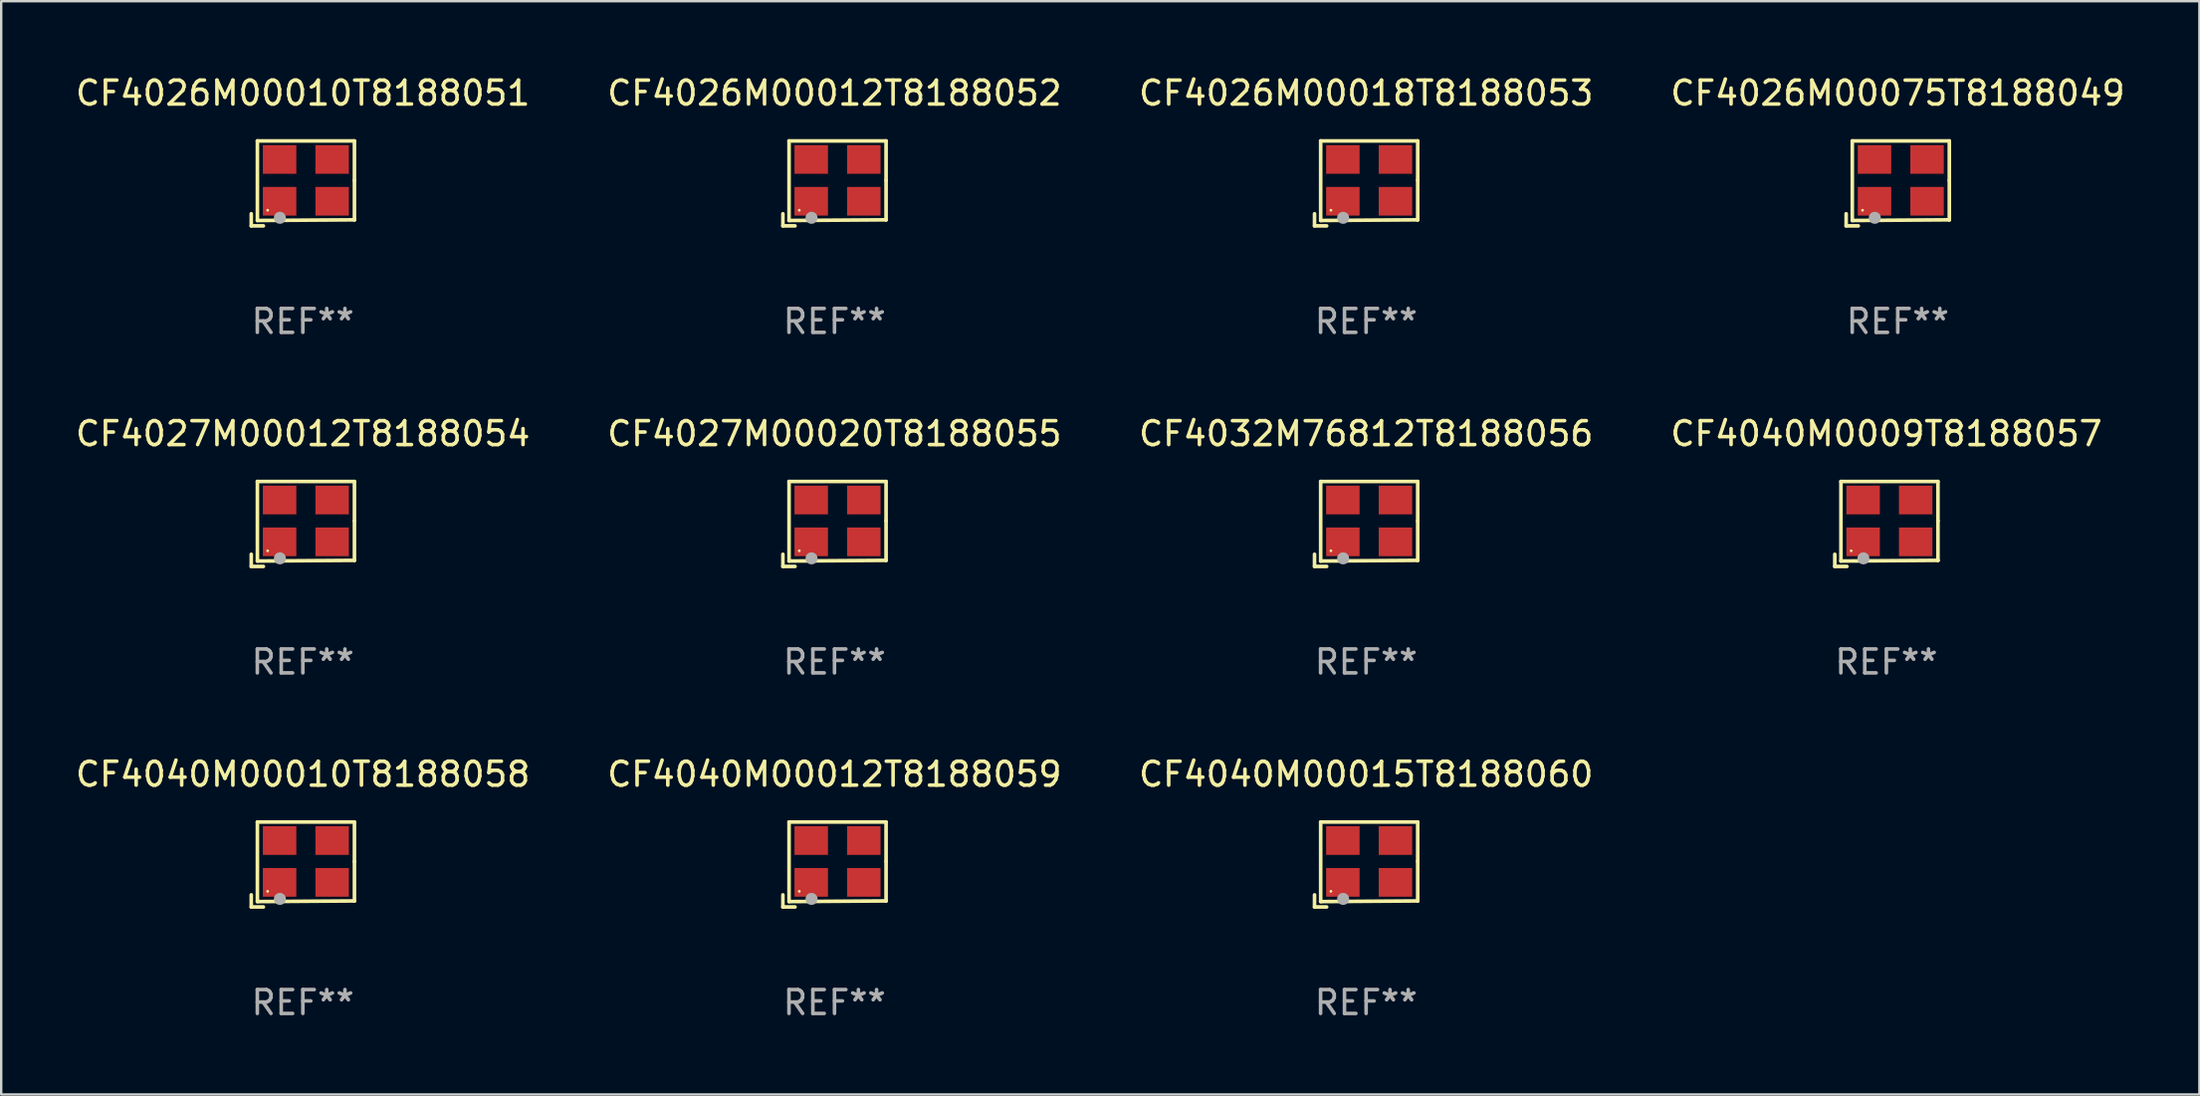
<source format=kicad_pcb>
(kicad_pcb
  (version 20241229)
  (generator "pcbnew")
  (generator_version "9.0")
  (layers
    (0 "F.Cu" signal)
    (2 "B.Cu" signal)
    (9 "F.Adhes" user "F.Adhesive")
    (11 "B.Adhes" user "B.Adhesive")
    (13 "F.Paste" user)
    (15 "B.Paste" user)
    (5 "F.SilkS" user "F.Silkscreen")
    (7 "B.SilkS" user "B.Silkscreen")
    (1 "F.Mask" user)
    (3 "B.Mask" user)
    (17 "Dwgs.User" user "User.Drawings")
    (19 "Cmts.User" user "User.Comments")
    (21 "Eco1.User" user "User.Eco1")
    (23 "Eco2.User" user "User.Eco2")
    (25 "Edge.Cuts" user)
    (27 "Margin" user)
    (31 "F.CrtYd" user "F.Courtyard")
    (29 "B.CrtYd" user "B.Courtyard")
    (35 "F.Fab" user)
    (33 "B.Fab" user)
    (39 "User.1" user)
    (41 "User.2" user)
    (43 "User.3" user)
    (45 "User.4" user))
  (footprint "CF4026M00012T8188052"
    (layer "F.Cu")
    (at 31.875 4.626)
    (property "Reference" "CF4026M00012T8188052" (at 0 -3.778 0) (layer "F.SilkS") (effects (font (size 1 1) (thickness 0.15))))
    (attr through_hole)
    (fp_line (start -2.159 1.27) (end -2.159 1.778) (stroke (width 0.152) (type solid)) (layer "F.SilkS"))
    (fp_line (start -2.159 1.778) (end -1.651 1.778) (stroke (width 0.152) (type solid)) (layer "F.SilkS"))
    (fp_line (start -1.902 -1.778) (end 2.159 -1.778) (stroke (width 0.152) (type solid)) (layer "F.SilkS"))
    (fp_line (start -1.902 1.552) (end -1.902 -1.778) (stroke (width 0.152) (type solid)) (layer "F.SilkS"))
    (fp_line (start 2.159 -1.778) (end 2.159 -0.127) (stroke (width 0.152) (type solid)) (layer "F.SilkS"))
    (fp_line (start 2.159 -0.127) (end 2.159 1.524) (stroke (width 0.152) (type solid)) (layer "F.SilkS"))
    (fp_line (start 2.159 1.524) (end -1.902 1.552) (stroke (width 0.152) (type solid)) (layer "F.SilkS"))
    (fp_line (start 2.159 1.524) (end 2.159 1.524) (stroke (width 0.152) (type solid)) (layer "F.SilkS"))
    (fp_circle (center -1.473 1.123) (end -1.443 1.123) (stroke (width 0.06) (type solid)) (fill no) (layer "F.SilkS"))
    (fp_circle (center -0.961 1.44) (end -0.834 1.44) (stroke (width 0.254) (type solid)) (fill no) (layer "F.Fab"))
    (fp_text user "REF**" (at 0 5.778 0) (layer "F.Fab") (effects (font (size 1 1) (thickness 0.15))))
    (pad "1" smd rect (at -0.973 0.748) (size 1.4 1.2) (layers "F.Cu" "F.Mask" "F.Paste"))
    (pad "2" smd rect (at 1.227 0.748) (size 1.4 1.2) (layers "F.Cu" "F.Mask" "F.Paste"))
    (pad "3" smd rect (at 1.227 -1.002) (size 1.4 1.2) (layers "F.Cu" "F.Mask" "F.Paste"))
    (pad "4" smd rect (at -0.973 -1.002) (size 1.4 1.2) (layers "F.Cu" "F.Mask" "F.Paste")))
  (footprint "CF4026M00010T8188051"
    (layer "F.Cu")
    (at 9.625 4.626)
    (property "Reference" "CF4026M00010T8188051" (at 0 -3.778 0) (layer "F.SilkS") (effects (font (size 1 1) (thickness 0.15))))
    (attr through_hole)
    (fp_line (start -2.159 1.27) (end -2.159 1.778) (stroke (width 0.152) (type solid)) (layer "F.SilkS"))
    (fp_line (start -2.159 1.778) (end -1.651 1.778) (stroke (width 0.152) (type solid)) (layer "F.SilkS"))
    (fp_line (start -1.902 -1.778) (end 2.159 -1.778) (stroke (width 0.152) (type solid)) (layer "F.SilkS"))
    (fp_line (start -1.902 1.552) (end -1.902 -1.778) (stroke (width 0.152) (type solid)) (layer "F.SilkS"))
    (fp_line (start 2.159 -1.778) (end 2.159 -0.127) (stroke (width 0.152) (type solid)) (layer "F.SilkS"))
    (fp_line (start 2.159 -0.127) (end 2.159 1.524) (stroke (width 0.152) (type solid)) (layer "F.SilkS"))
    (fp_line (start 2.159 1.524) (end -1.902 1.552) (stroke (width 0.152) (type solid)) (layer "F.SilkS"))
    (fp_line (start 2.159 1.524) (end 2.159 1.524) (stroke (width 0.152) (type solid)) (layer "F.SilkS"))
    (fp_circle (center -1.473 1.123) (end -1.443 1.123) (stroke (width 0.06) (type solid)) (fill no) (layer "F.SilkS"))
    (fp_circle (center -0.961 1.44) (end -0.834 1.44) (stroke (width 0.254) (type solid)) (fill no) (layer "F.Fab"))
    (fp_text user "REF**" (at 0 5.778 0) (layer "F.Fab") (effects (font (size 1 1) (thickness 0.15))))
    (pad "1" smd rect (at -0.973 0.748) (size 1.4 1.2) (layers "F.Cu" "F.Mask" "F.Paste"))
    (pad "2" smd rect (at 1.227 0.748) (size 1.4 1.2) (layers "F.Cu" "F.Mask" "F.Paste"))
    (pad "3" smd rect (at 1.227 -1.002) (size 1.4 1.2) (layers "F.Cu" "F.Mask" "F.Paste"))
    (pad "4" smd rect (at -0.973 -1.002) (size 1.4 1.2) (layers "F.Cu" "F.Mask" "F.Paste")))
  (footprint "CF4040M00015T8188060"
    (layer "F.Cu")
    (at 54.125 33.132)
    (property "Reference" "CF4040M00015T8188060" (at 0 -3.778 0) (layer "F.SilkS") (effects (font (size 1 1) (thickness 0.15))))
    (attr through_hole)
    (fp_line (start -2.159 1.27) (end -2.159 1.778) (stroke (width 0.152) (type solid)) (layer "F.SilkS"))
    (fp_line (start -2.159 1.778) (end -1.651 1.778) (stroke (width 0.152) (type solid)) (layer "F.SilkS"))
    (fp_line (start -1.902 -1.778) (end 2.159 -1.778) (stroke (width 0.152) (type solid)) (layer "F.SilkS"))
    (fp_line (start -1.902 1.552) (end -1.902 -1.778) (stroke (width 0.152) (type solid)) (layer "F.SilkS"))
    (fp_line (start 2.159 -1.778) (end 2.159 -0.127) (stroke (width 0.152) (type solid)) (layer "F.SilkS"))
    (fp_line (start 2.159 -0.127) (end 2.159 1.524) (stroke (width 0.152) (type solid)) (layer "F.SilkS"))
    (fp_line (start 2.159 1.524) (end -1.902 1.552) (stroke (width 0.152) (type solid)) (layer "F.SilkS"))
    (fp_line (start 2.159 1.524) (end 2.159 1.524) (stroke (width 0.152) (type solid)) (layer "F.SilkS"))
    (fp_circle (center -1.473 1.123) (end -1.443 1.123) (stroke (width 0.06) (type solid)) (fill no) (layer "F.SilkS"))
    (fp_circle (center -0.961 1.44) (end -0.834 1.44) (stroke (width 0.254) (type solid)) (fill no) (layer "F.Fab"))
    (fp_text user "REF**" (at 0 5.778 0) (layer "F.Fab") (effects (font (size 1 1) (thickness 0.15))))
    (pad "1" smd rect (at -0.973 0.748) (size 1.4 1.2) (layers "F.Cu" "F.Mask" "F.Paste"))
    (pad "2" smd rect (at 1.227 0.748) (size 1.4 1.2) (layers "F.Cu" "F.Mask" "F.Paste"))
    (pad "3" smd rect (at 1.227 -1.002) (size 1.4 1.2) (layers "F.Cu" "F.Mask" "F.Paste"))
    (pad "4" smd rect (at -0.973 -1.002) (size 1.4 1.2) (layers "F.Cu" "F.Mask" "F.Paste")))
  (footprint "CF4026M00075T8188049"
    (layer "F.Cu")
    (at 76.375 4.626)
    (property "Reference" "CF4026M00075T8188049" (at 0 -3.778 0) (layer "F.SilkS") (effects (font (size 1 1) (thickness 0.15))))
    (attr through_hole)
    (fp_line (start -2.159 1.27) (end -2.159 1.778) (stroke (width 0.152) (type solid)) (layer "F.SilkS"))
    (fp_line (start -2.159 1.778) (end -1.651 1.778) (stroke (width 0.152) (type solid)) (layer "F.SilkS"))
    (fp_line (start -1.902 -1.778) (end 2.159 -1.778) (stroke (width 0.152) (type solid)) (layer "F.SilkS"))
    (fp_line (start -1.902 1.552) (end -1.902 -1.778) (stroke (width 0.152) (type solid)) (layer "F.SilkS"))
    (fp_line (start 2.159 -1.778) (end 2.159 -0.127) (stroke (width 0.152) (type solid)) (layer "F.SilkS"))
    (fp_line (start 2.159 -0.127) (end 2.159 1.524) (stroke (width 0.152) (type solid)) (layer "F.SilkS"))
    (fp_line (start 2.159 1.524) (end -1.902 1.552) (stroke (width 0.152) (type solid)) (layer "F.SilkS"))
    (fp_line (start 2.159 1.524) (end 2.159 1.524) (stroke (width 0.152) (type solid)) (layer "F.SilkS"))
    (fp_circle (center -1.473 1.123) (end -1.443 1.123) (stroke (width 0.06) (type solid)) (fill no) (layer "F.SilkS"))
    (fp_circle (center -0.961 1.44) (end -0.834 1.44) (stroke (width 0.254) (type solid)) (fill no) (layer "F.Fab"))
    (fp_text user "REF**" (at 0 5.778 0) (layer "F.Fab") (effects (font (size 1 1) (thickness 0.15))))
    (pad "1" smd rect (at -0.973 0.748) (size 1.4 1.2) (layers "F.Cu" "F.Mask" "F.Paste"))
    (pad "2" smd rect (at 1.227 0.748) (size 1.4 1.2) (layers "F.Cu" "F.Mask" "F.Paste"))
    (pad "3" smd rect (at 1.227 -1.002) (size 1.4 1.2) (layers "F.Cu" "F.Mask" "F.Paste"))
    (pad "4" smd rect (at -0.973 -1.002) (size 1.4 1.2) (layers "F.Cu" "F.Mask" "F.Paste")))
  (footprint "CF4032M76812T8188056"
    (layer "F.Cu")
    (at 54.125 18.879)
    (property "Reference" "CF4032M76812T8188056" (at 0 -3.778 0) (layer "F.SilkS") (effects (font (size 1 1) (thickness 0.15))))
    (attr through_hole)
    (fp_line (start -2.159 1.27) (end -2.159 1.778) (stroke (width 0.152) (type solid)) (layer "F.SilkS"))
    (fp_line (start -2.159 1.778) (end -1.651 1.778) (stroke (width 0.152) (type solid)) (layer "F.SilkS"))
    (fp_line (start -1.902 -1.778) (end 2.159 -1.778) (stroke (width 0.152) (type solid)) (layer "F.SilkS"))
    (fp_line (start -1.902 1.552) (end -1.902 -1.778) (stroke (width 0.152) (type solid)) (layer "F.SilkS"))
    (fp_line (start 2.159 -1.778) (end 2.159 -0.127) (stroke (width 0.152) (type solid)) (layer "F.SilkS"))
    (fp_line (start 2.159 -0.127) (end 2.159 1.524) (stroke (width 0.152) (type solid)) (layer "F.SilkS"))
    (fp_line (start 2.159 1.524) (end -1.902 1.552) (stroke (width 0.152) (type solid)) (layer "F.SilkS"))
    (fp_line (start 2.159 1.524) (end 2.159 1.524) (stroke (width 0.152) (type solid)) (layer "F.SilkS"))
    (fp_circle (center -1.473 1.123) (end -1.443 1.123) (stroke (width 0.06) (type solid)) (fill no) (layer "F.SilkS"))
    (fp_circle (center -0.961 1.44) (end -0.834 1.44) (stroke (width 0.254) (type solid)) (fill no) (layer "F.Fab"))
    (fp_text user "REF**" (at 0 5.778 0) (layer "F.Fab") (effects (font (size 1 1) (thickness 0.15))))
    (pad "1" smd rect (at -0.973 0.748) (size 1.4 1.2) (layers "F.Cu" "F.Mask" "F.Paste"))
    (pad "2" smd rect (at 1.227 0.748) (size 1.4 1.2) (layers "F.Cu" "F.Mask" "F.Paste"))
    (pad "3" smd rect (at 1.227 -1.002) (size 1.4 1.2) (layers "F.Cu" "F.Mask" "F.Paste"))
    (pad "4" smd rect (at -0.973 -1.002) (size 1.4 1.2) (layers "F.Cu" "F.Mask" "F.Paste")))
  (footprint "CF4027M00020T8188055"
    (layer "F.Cu")
    (at 31.875 18.879)
    (property "Reference" "CF4027M00020T8188055" (at 0 -3.778 0) (layer "F.SilkS") (effects (font (size 1 1) (thickness 0.15))))
    (attr through_hole)
    (fp_line (start -2.159 1.27) (end -2.159 1.778) (stroke (width 0.152) (type solid)) (layer "F.SilkS"))
    (fp_line (start -2.159 1.778) (end -1.651 1.778) (stroke (width 0.152) (type solid)) (layer "F.SilkS"))
    (fp_line (start -1.902 -1.778) (end 2.159 -1.778) (stroke (width 0.152) (type solid)) (layer "F.SilkS"))
    (fp_line (start -1.902 1.552) (end -1.902 -1.778) (stroke (width 0.152) (type solid)) (layer "F.SilkS"))
    (fp_line (start 2.159 -1.778) (end 2.159 -0.127) (stroke (width 0.152) (type solid)) (layer "F.SilkS"))
    (fp_line (start 2.159 -0.127) (end 2.159 1.524) (stroke (width 0.152) (type solid)) (layer "F.SilkS"))
    (fp_line (start 2.159 1.524) (end -1.902 1.552) (stroke (width 0.152) (type solid)) (layer "F.SilkS"))
    (fp_line (start 2.159 1.524) (end 2.159 1.524) (stroke (width 0.152) (type solid)) (layer "F.SilkS"))
    (fp_circle (center -1.473 1.123) (end -1.443 1.123) (stroke (width 0.06) (type solid)) (fill no) (layer "F.SilkS"))
    (fp_circle (center -0.961 1.44) (end -0.834 1.44) (stroke (width 0.254) (type solid)) (fill no) (layer "F.Fab"))
    (fp_text user "REF**" (at 0 5.778 0) (layer "F.Fab") (effects (font (size 1 1) (thickness 0.15))))
    (pad "1" smd rect (at -0.973 0.748) (size 1.4 1.2) (layers "F.Cu" "F.Mask" "F.Paste"))
    (pad "2" smd rect (at 1.227 0.748) (size 1.4 1.2) (layers "F.Cu" "F.Mask" "F.Paste"))
    (pad "3" smd rect (at 1.227 -1.002) (size 1.4 1.2) (layers "F.Cu" "F.Mask" "F.Paste"))
    (pad "4" smd rect (at -0.973 -1.002) (size 1.4 1.2) (layers "F.Cu" "F.Mask" "F.Paste")))
  (footprint "CF4040M00012T8188059"
    (layer "F.Cu")
    (at 31.875 33.132)
    (property "Reference" "CF4040M00012T8188059" (at 0 -3.778 0) (layer "F.SilkS") (effects (font (size 1 1) (thickness 0.15))))
    (attr through_hole)
    (fp_line (start -2.159 1.27) (end -2.159 1.778) (stroke (width 0.152) (type solid)) (layer "F.SilkS"))
    (fp_line (start -2.159 1.778) (end -1.651 1.778) (stroke (width 0.152) (type solid)) (layer "F.SilkS"))
    (fp_line (start -1.902 -1.778) (end 2.159 -1.778) (stroke (width 0.152) (type solid)) (layer "F.SilkS"))
    (fp_line (start -1.902 1.552) (end -1.902 -1.778) (stroke (width 0.152) (type solid)) (layer "F.SilkS"))
    (fp_line (start 2.159 -1.778) (end 2.159 -0.127) (stroke (width 0.152) (type solid)) (layer "F.SilkS"))
    (fp_line (start 2.159 -0.127) (end 2.159 1.524) (stroke (width 0.152) (type solid)) (layer "F.SilkS"))
    (fp_line (start 2.159 1.524) (end -1.902 1.552) (stroke (width 0.152) (type solid)) (layer "F.SilkS"))
    (fp_line (start 2.159 1.524) (end 2.159 1.524) (stroke (width 0.152) (type solid)) (layer "F.SilkS"))
    (fp_circle (center -1.473 1.123) (end -1.443 1.123) (stroke (width 0.06) (type solid)) (fill no) (layer "F.SilkS"))
    (fp_circle (center -0.961 1.44) (end -0.834 1.44) (stroke (width 0.254) (type solid)) (fill no) (layer "F.Fab"))
    (fp_text user "REF**" (at 0 5.778 0) (layer "F.Fab") (effects (font (size 1 1) (thickness 0.15))))
    (pad "1" smd rect (at -0.973 0.748) (size 1.4 1.2) (layers "F.Cu" "F.Mask" "F.Paste"))
    (pad "2" smd rect (at 1.227 0.748) (size 1.4 1.2) (layers "F.Cu" "F.Mask" "F.Paste"))
    (pad "3" smd rect (at 1.227 -1.002) (size 1.4 1.2) (layers "F.Cu" "F.Mask" "F.Paste"))
    (pad "4" smd rect (at -0.973 -1.002) (size 1.4 1.2) (layers "F.Cu" "F.Mask" "F.Paste")))
  (footprint "CF4026M00018T8188053"
    (layer "F.Cu")
    (at 54.125 4.626)
    (property "Reference" "CF4026M00018T8188053" (at 0 -3.778 0) (layer "F.SilkS") (effects (font (size 1 1) (thickness 0.15))))
    (attr through_hole)
    (fp_line (start -2.159 1.27) (end -2.159 1.778) (stroke (width 0.152) (type solid)) (layer "F.SilkS"))
    (fp_line (start -2.159 1.778) (end -1.651 1.778) (stroke (width 0.152) (type solid)) (layer "F.SilkS"))
    (fp_line (start -1.902 -1.778) (end 2.159 -1.778) (stroke (width 0.152) (type solid)) (layer "F.SilkS"))
    (fp_line (start -1.902 1.552) (end -1.902 -1.778) (stroke (width 0.152) (type solid)) (layer "F.SilkS"))
    (fp_line (start 2.159 -1.778) (end 2.159 -0.127) (stroke (width 0.152) (type solid)) (layer "F.SilkS"))
    (fp_line (start 2.159 -0.127) (end 2.159 1.524) (stroke (width 0.152) (type solid)) (layer "F.SilkS"))
    (fp_line (start 2.159 1.524) (end -1.902 1.552) (stroke (width 0.152) (type solid)) (layer "F.SilkS"))
    (fp_line (start 2.159 1.524) (end 2.159 1.524) (stroke (width 0.152) (type solid)) (layer "F.SilkS"))
    (fp_circle (center -1.473 1.123) (end -1.443 1.123) (stroke (width 0.06) (type solid)) (fill no) (layer "F.SilkS"))
    (fp_circle (center -0.961 1.44) (end -0.834 1.44) (stroke (width 0.254) (type solid)) (fill no) (layer "F.Fab"))
    (fp_text user "REF**" (at 0 5.778 0) (layer "F.Fab") (effects (font (size 1 1) (thickness 0.15))))
    (pad "1" smd rect (at -0.973 0.748) (size 1.4 1.2) (layers "F.Cu" "F.Mask" "F.Paste"))
    (pad "2" smd rect (at 1.227 0.748) (size 1.4 1.2) (layers "F.Cu" "F.Mask" "F.Paste"))
    (pad "3" smd rect (at 1.227 -1.002) (size 1.4 1.2) (layers "F.Cu" "F.Mask" "F.Paste"))
    (pad "4" smd rect (at -0.973 -1.002) (size 1.4 1.2) (layers "F.Cu" "F.Mask" "F.Paste")))
  (footprint "CF4027M00012T8188054"
    (layer "F.Cu")
    (at 9.625 18.879)
    (property "Reference" "CF4027M00012T8188054" (at 0 -3.778 0) (layer "F.SilkS") (effects (font (size 1 1) (thickness 0.15))))
    (attr through_hole)
    (fp_line (start -2.159 1.27) (end -2.159 1.778) (stroke (width 0.152) (type solid)) (layer "F.SilkS"))
    (fp_line (start -2.159 1.778) (end -1.651 1.778) (stroke (width 0.152) (type solid)) (layer "F.SilkS"))
    (fp_line (start -1.902 -1.778) (end 2.159 -1.778) (stroke (width 0.152) (type solid)) (layer "F.SilkS"))
    (fp_line (start -1.902 1.552) (end -1.902 -1.778) (stroke (width 0.152) (type solid)) (layer "F.SilkS"))
    (fp_line (start 2.159 -1.778) (end 2.159 -0.127) (stroke (width 0.152) (type solid)) (layer "F.SilkS"))
    (fp_line (start 2.159 -0.127) (end 2.159 1.524) (stroke (width 0.152) (type solid)) (layer "F.SilkS"))
    (fp_line (start 2.159 1.524) (end -1.902 1.552) (stroke (width 0.152) (type solid)) (layer "F.SilkS"))
    (fp_line (start 2.159 1.524) (end 2.159 1.524) (stroke (width 0.152) (type solid)) (layer "F.SilkS"))
    (fp_circle (center -1.473 1.123) (end -1.443 1.123) (stroke (width 0.06) (type solid)) (fill no) (layer "F.SilkS"))
    (fp_circle (center -0.961 1.44) (end -0.834 1.44) (stroke (width 0.254) (type solid)) (fill no) (layer "F.Fab"))
    (fp_text user "REF**" (at 0 5.778 0) (layer "F.Fab") (effects (font (size 1 1) (thickness 0.15))))
    (pad "1" smd rect (at -0.973 0.748) (size 1.4 1.2) (layers "F.Cu" "F.Mask" "F.Paste"))
    (pad "2" smd rect (at 1.227 0.748) (size 1.4 1.2) (layers "F.Cu" "F.Mask" "F.Paste"))
    (pad "3" smd rect (at 1.227 -1.002) (size 1.4 1.2) (layers "F.Cu" "F.Mask" "F.Paste"))
    (pad "4" smd rect (at -0.973 -1.002) (size 1.4 1.2) (layers "F.Cu" "F.Mask" "F.Paste")))
  (footprint "CF4040M0009T8188057"
    (layer "F.Cu")
    (at 75.899 18.879)
    (property "Reference" "CF4040M0009T8188057" (at 0 -3.778 0) (layer "F.SilkS") (effects (font (size 1 1) (thickness 0.15))))
    (attr through_hole)
    (fp_line (start -2.159 1.27) (end -2.159 1.778) (stroke (width 0.152) (type solid)) (layer "F.SilkS"))
    (fp_line (start -2.159 1.778) (end -1.651 1.778) (stroke (width 0.152) (type solid)) (layer "F.SilkS"))
    (fp_line (start -1.902 -1.778) (end 2.159 -1.778) (stroke (width 0.152) (type solid)) (layer "F.SilkS"))
    (fp_line (start -1.902 1.552) (end -1.902 -1.778) (stroke (width 0.152) (type solid)) (layer "F.SilkS"))
    (fp_line (start 2.159 -1.778) (end 2.159 -0.127) (stroke (width 0.152) (type solid)) (layer "F.SilkS"))
    (fp_line (start 2.159 -0.127) (end 2.159 1.524) (stroke (width 0.152) (type solid)) (layer "F.SilkS"))
    (fp_line (start 2.159 1.524) (end -1.902 1.552) (stroke (width 0.152) (type solid)) (layer "F.SilkS"))
    (fp_line (start 2.159 1.524) (end 2.159 1.524) (stroke (width 0.152) (type solid)) (layer "F.SilkS"))
    (fp_circle (center -1.473 1.123) (end -1.443 1.123) (stroke (width 0.06) (type solid)) (fill no) (layer "F.SilkS"))
    (fp_circle (center -0.961 1.44) (end -0.834 1.44) (stroke (width 0.254) (type solid)) (fill no) (layer "F.Fab"))
    (fp_text user "REF**" (at 0 5.778 0) (layer "F.Fab") (effects (font (size 1 1) (thickness 0.15))))
    (pad "1" smd rect (at -0.973 0.748) (size 1.4 1.2) (layers "F.Cu" "F.Mask" "F.Paste"))
    (pad "2" smd rect (at 1.227 0.748) (size 1.4 1.2) (layers "F.Cu" "F.Mask" "F.Paste"))
    (pad "3" smd rect (at 1.227 -1.002) (size 1.4 1.2) (layers "F.Cu" "F.Mask" "F.Paste"))
    (pad "4" smd rect (at -0.973 -1.002) (size 1.4 1.2) (layers "F.Cu" "F.Mask" "F.Paste")))
  (footprint "CF4040M00010T8188058"
    (layer "F.Cu")
    (at 9.625 33.132)
    (property "Reference" "CF4040M00010T8188058" (at 0 -3.778 0) (layer "F.SilkS") (effects (font (size 1 1) (thickness 0.15))))
    (attr through_hole)
    (fp_line (start -2.159 1.27) (end -2.159 1.778) (stroke (width 0.152) (type solid)) (layer "F.SilkS"))
    (fp_line (start -2.159 1.778) (end -1.651 1.778) (stroke (width 0.152) (type solid)) (layer "F.SilkS"))
    (fp_line (start -1.902 -1.778) (end 2.159 -1.778) (stroke (width 0.152) (type solid)) (layer "F.SilkS"))
    (fp_line (start -1.902 1.552) (end -1.902 -1.778) (stroke (width 0.152) (type solid)) (layer "F.SilkS"))
    (fp_line (start 2.159 -1.778) (end 2.159 -0.127) (stroke (width 0.152) (type solid)) (layer "F.SilkS"))
    (fp_line (start 2.159 -0.127) (end 2.159 1.524) (stroke (width 0.152) (type solid)) (layer "F.SilkS"))
    (fp_line (start 2.159 1.524) (end -1.902 1.552) (stroke (width 0.152) (type solid)) (layer "F.SilkS"))
    (fp_line (start 2.159 1.524) (end 2.159 1.524) (stroke (width 0.152) (type solid)) (layer "F.SilkS"))
    (fp_circle (center -1.473 1.123) (end -1.443 1.123) (stroke (width 0.06) (type solid)) (fill no) (layer "F.SilkS"))
    (fp_circle (center -0.961 1.44) (end -0.834 1.44) (stroke (width 0.254) (type solid)) (fill no) (layer "F.Fab"))
    (fp_text user "REF**" (at 0 5.778 0) (layer "F.Fab") (effects (font (size 1 1) (thickness 0.15))))
    (pad "1" smd rect (at -0.973 0.748) (size 1.4 1.2) (layers "F.Cu" "F.Mask" "F.Paste"))
    (pad "2" smd rect (at 1.227 0.748) (size 1.4 1.2) (layers "F.Cu" "F.Mask" "F.Paste"))
    (pad "3" smd rect (at 1.227 -1.002) (size 1.4 1.2) (layers "F.Cu" "F.Mask" "F.Paste"))
    (pad "4" smd rect (at -0.973 -1.002) (size 1.4 1.2) (layers "F.Cu" "F.Mask" "F.Paste")))
  (gr_rect
    (start -3 -3)
    (end 89 42.758)
    (stroke (width 0.1) (type default))
    (fill no)
    (layer "Edge.Cuts")))
</source>
